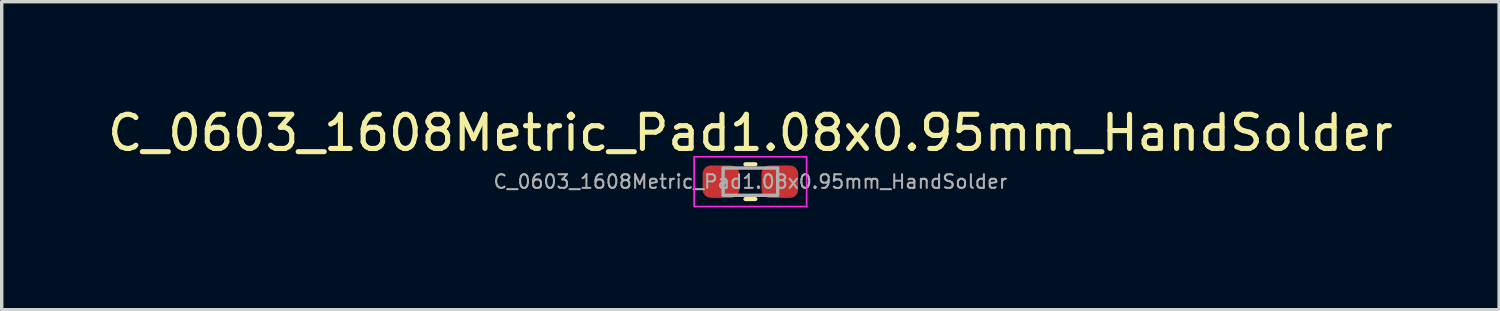
<source format=kicad_pcb>
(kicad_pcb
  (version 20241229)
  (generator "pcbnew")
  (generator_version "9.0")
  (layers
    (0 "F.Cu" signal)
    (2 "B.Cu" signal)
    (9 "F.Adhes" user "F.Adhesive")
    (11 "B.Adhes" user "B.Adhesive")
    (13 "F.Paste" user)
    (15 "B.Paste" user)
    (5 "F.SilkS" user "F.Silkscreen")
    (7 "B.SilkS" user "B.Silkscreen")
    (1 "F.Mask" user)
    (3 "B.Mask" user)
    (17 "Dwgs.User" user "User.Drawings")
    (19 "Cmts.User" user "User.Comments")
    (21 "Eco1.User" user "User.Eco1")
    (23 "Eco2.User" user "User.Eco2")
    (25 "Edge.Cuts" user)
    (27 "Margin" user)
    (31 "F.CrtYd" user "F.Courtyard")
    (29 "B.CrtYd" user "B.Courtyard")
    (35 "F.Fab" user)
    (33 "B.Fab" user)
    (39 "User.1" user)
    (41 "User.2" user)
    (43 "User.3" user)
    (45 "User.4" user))
  (footprint "C_0603_1608Metric_Pad1.08x0.95mm_HandSolder"
    (layer "F.Cu")
    (at 18.958 2.278)
    (property "Reference" "C_0603_1608Metric_Pad1.08x0.95mm_HandSolder" (at 0 -1.43 0) (layer "F.SilkS") (effects (font (size 1 1) (thickness 0.15))))
    (attr smd)
    (fp_line (start -0.146 -0.51) (end 0.146 -0.51) (stroke (width 0.12) (type solid)) (layer "F.SilkS"))
    (fp_line (start -0.146 0.51) (end 0.146 0.51) (stroke (width 0.12) (type solid)) (layer "F.SilkS"))
    (fp_rect (start -1.65 -0.73) (end 1.65 0.73) (stroke (width 0.05) (type solid)) (fill no) (layer "F.CrtYd"))
    (fp_rect (start -0.8 -0.4) (end 0.8 0.4) (stroke (width 0.1) (type solid)) (fill no) (layer "F.Fab"))
    (fp_text user "${REFERENCE}" (at 0 0 0) (layer "F.Fab") (effects (font (size 0.4 0.4) (thickness 0.06))))
    (pad "1" smd roundrect (at -0.863 0) (size 1.075 0.95) (layers "F.Cu" "F.Mask" "F.Paste") (roundrect_rratio 0.25))
    (pad "2" smd roundrect (at 0.863 0) (size 1.075 0.95) (layers "F.Cu" "F.Mask" "F.Paste") (roundrect_rratio 0.25)))
  (gr_rect
    (start -3 -3)
    (end 40.917 6.033)
    (stroke (width 0.1) (type default))
    (fill no)
    (layer "Edge.Cuts")))
</source>
